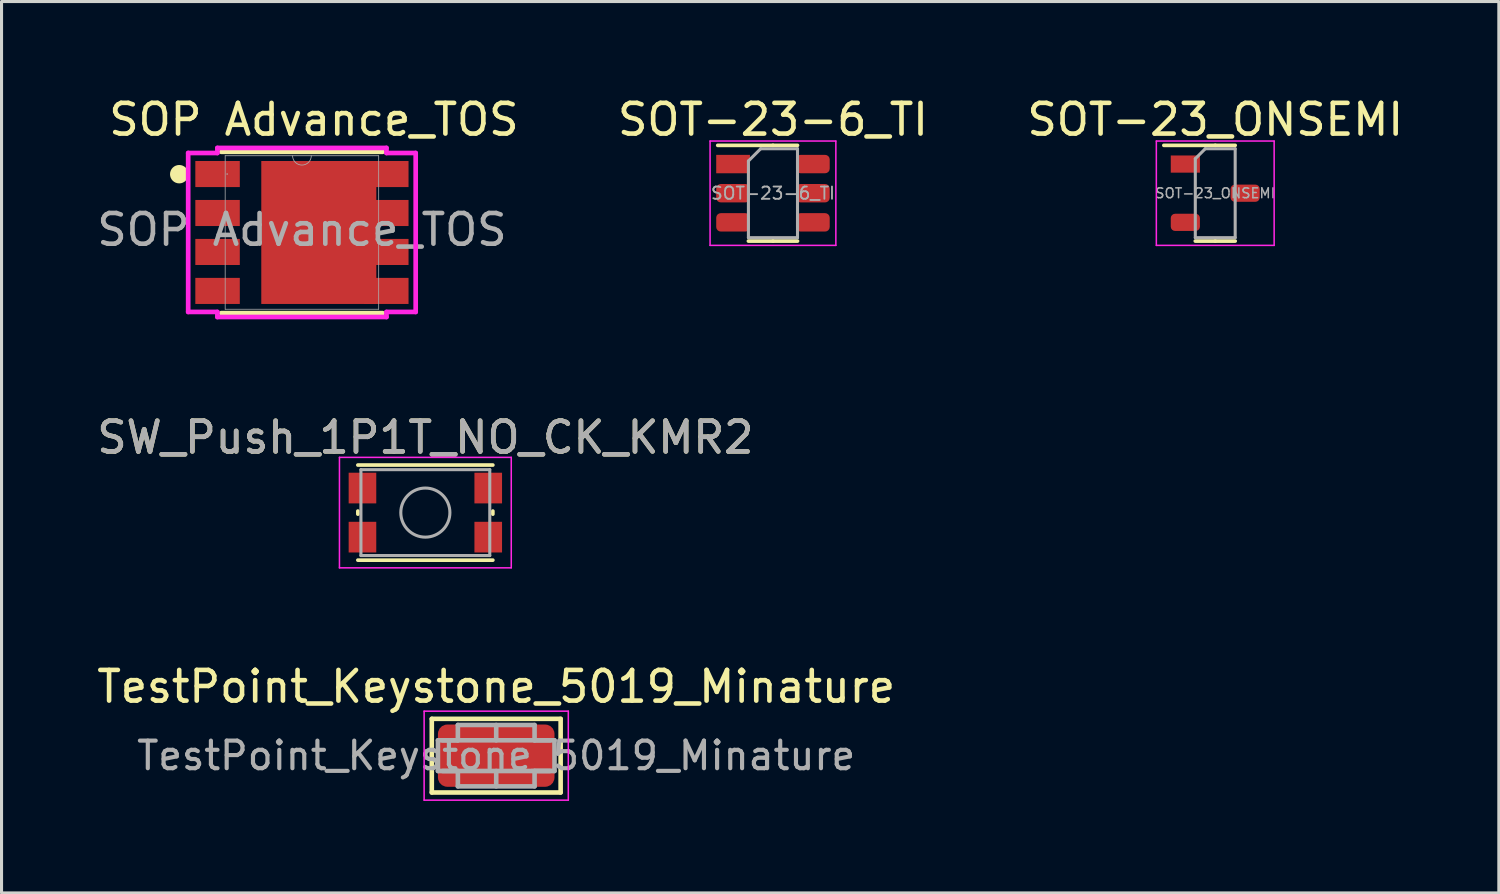
<source format=kicad_pcb>
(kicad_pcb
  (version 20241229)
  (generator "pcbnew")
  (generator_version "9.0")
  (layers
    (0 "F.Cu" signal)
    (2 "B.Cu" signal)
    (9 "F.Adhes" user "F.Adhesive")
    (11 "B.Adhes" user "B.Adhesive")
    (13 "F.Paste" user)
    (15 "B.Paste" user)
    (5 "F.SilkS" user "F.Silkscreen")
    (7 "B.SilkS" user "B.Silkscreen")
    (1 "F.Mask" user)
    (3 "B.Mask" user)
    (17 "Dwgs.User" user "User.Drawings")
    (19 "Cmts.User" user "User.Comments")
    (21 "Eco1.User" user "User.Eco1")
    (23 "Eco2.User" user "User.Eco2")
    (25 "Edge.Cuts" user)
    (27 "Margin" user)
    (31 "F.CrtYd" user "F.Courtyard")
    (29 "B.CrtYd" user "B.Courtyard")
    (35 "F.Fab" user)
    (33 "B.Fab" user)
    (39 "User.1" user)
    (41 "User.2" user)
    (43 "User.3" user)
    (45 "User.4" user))
  (footprint "SOT-23_ONSEMI"
    (layer "F.Cu")
    (at 36.563 3.248)
    (property "Reference" "SOT-23_ONSEMI" (at 0 -2.4 0) (layer "F.SilkS") (effects (font (size 1 1) (thickness 0.15))))
    (attr smd)
    (fp_line (start 0 -1.56) (end -1.675 -1.56) (stroke (width 0.12) (type solid)) (layer "F.SilkS"))
    (fp_line (start 0 -1.56) (end 0.65 -1.56) (stroke (width 0.12) (type solid)) (layer "F.SilkS"))
    (fp_line (start 0 1.56) (end -0.65 1.56) (stroke (width 0.12) (type solid)) (layer "F.SilkS"))
    (fp_line (start 0 1.56) (end 0.65 1.56) (stroke (width 0.12) (type solid)) (layer "F.SilkS"))
    (fp_line (start -1.92 -1.7) (end -1.92 1.7) (stroke (width 0.05) (type solid)) (layer "F.CrtYd"))
    (fp_line (start -1.92 1.7) (end 1.92 1.7) (stroke (width 0.05) (type solid)) (layer "F.CrtYd"))
    (fp_line (start 1.92 -1.7) (end -1.92 -1.7) (stroke (width 0.05) (type solid)) (layer "F.CrtYd"))
    (fp_line (start 1.92 1.7) (end 1.92 -1.7) (stroke (width 0.05) (type solid)) (layer "F.CrtYd"))
    (fp_line (start -0.65 -1.125) (end -0.325 -1.45) (stroke (width 0.1) (type solid)) (layer "F.Fab"))
    (fp_line (start -0.65 1.45) (end -0.65 -1.125) (stroke (width 0.1) (type solid)) (layer "F.Fab"))
    (fp_line (start -0.325 -1.45) (end 0.65 -1.45) (stroke (width 0.1) (type solid)) (layer "F.Fab"))
    (fp_line (start 0.65 -1.45) (end 0.65 1.45) (stroke (width 0.1) (type solid)) (layer "F.Fab"))
    (fp_line (start 0.65 1.45) (end -0.65 1.45) (stroke (width 0.1) (type solid)) (layer "F.Fab"))
    (fp_text user "${REFERENCE}" (at 0 0 0) (layer "F.Fab") (effects (font (size 0.32 0.32) (thickness 0.05))))
    (pad "1" smd rect (at -0.975 -0.95) (size 0.95 0.56) (layers "F.Cu" "F.Mask" "F.Paste"))
    (pad "2" smd roundrect (at -0.975 0.95) (size 0.95 0.56) (layers "F.Cu" "F.Mask" "F.Paste") (roundrect_rratio 0.25))
    (pad "3" smd roundrect (at 0.975 0) (size 0.95 0.56) (layers "F.Cu" "F.Mask" "F.Paste") (roundrect_rratio 0.25)))
  (footprint "SOP Advance_TOS"
    (layer "F.Cu")
    (at 6.792 4.528)
    (property "Reference" "SOP Advance_TOS" (at 0.39 -3.68 0) (unlocked yes) (layer "F.SilkS") (effects (font (size 1 1) (thickness 0.15))))
    (attr smd)
    (fp_line (start -2.629 2.629) (end 2.629 2.629) (stroke (width 0.152) (type solid)) (layer "F.SilkS"))
    (fp_line (start 2.629 -2.629) (end -2.629 -2.629) (stroke (width 0.152) (type solid)) (layer "F.SilkS"))
    (fp_circle (center -4 -1.9) (end -3.85 -1.9) (stroke (width 0.3) (type solid)) (fill no) (layer "F.SilkS"))
    (fp_line (start -3.708 -2.591) (end -2.756 -2.591) (stroke (width 0.152) (type solid)) (layer "F.CrtYd"))
    (fp_line (start -3.708 2.591) (end -3.708 -2.591) (stroke (width 0.152) (type solid)) (layer "F.CrtYd"))
    (fp_line (start -3.708 2.591) (end -2.756 2.591) (stroke (width 0.152) (type solid)) (layer "F.CrtYd"))
    (fp_line (start -2.756 -2.756) (end 2.756 -2.756) (stroke (width 0.152) (type solid)) (layer "F.CrtYd"))
    (fp_line (start -2.756 -2.591) (end -2.756 -2.756) (stroke (width 0.152) (type solid)) (layer "F.CrtYd"))
    (fp_line (start -2.756 2.756) (end -2.756 2.591) (stroke (width 0.152) (type solid)) (layer "F.CrtYd"))
    (fp_line (start 2.756 -2.756) (end 2.756 -2.591) (stroke (width 0.152) (type solid)) (layer "F.CrtYd"))
    (fp_line (start 2.756 2.591) (end 2.756 2.756) (stroke (width 0.152) (type solid)) (layer "F.CrtYd"))
    (fp_line (start 2.756 2.756) (end -2.756 2.756) (stroke (width 0.152) (type solid)) (layer "F.CrtYd"))
    (fp_line (start 3.708 -2.591) (end 2.756 -2.591) (stroke (width 0.152) (type solid)) (layer "F.CrtYd"))
    (fp_line (start 3.708 -2.591) (end 3.708 2.591) (stroke (width 0.152) (type solid)) (layer "F.CrtYd"))
    (fp_line (start 3.708 2.591) (end 2.756 2.591) (stroke (width 0.152) (type solid)) (layer "F.CrtYd"))
    (fp_line (start -2.502 -2.502) (end -2.502 2.502) (stroke (width 0.025) (type solid)) (layer "F.Fab"))
    (fp_line (start -2.502 2.502) (end 2.502 2.502) (stroke (width 0.025) (type solid)) (layer "F.Fab"))
    (fp_line (start 2.502 -2.502) (end -2.502 -2.502) (stroke (width 0.025) (type solid)) (layer "F.Fab"))
    (fp_line (start 2.502 2.502) (end 2.502 -2.502) (stroke (width 0.025) (type solid)) (layer "F.Fab"))
    (fp_arc (start 0.3048 -2.5019) (mid 0 -2.1971) (end -0.3048 -2.5019) (stroke (width 0.0254) (type solid)) (layer "F.Fab"))
    (fp_circle (center -2.438 -1.905) (end -2.438 -1.905) (stroke (width 0.025) (type solid)) (fill no) (layer "F.Fab"))
    (fp_text user "${REFERENCE}" (at 0 -0.09 0) (unlocked yes) (layer "F.Fab") (effects (font (size 1 1) (thickness 0.15))))
    (pad "D" smd rect (at 0.55 0) (size 3.75 4.66) (layers "F.Cu" "F.Mask" "F.Paste"))
    (pad "D" smd rect (at 2.75 -1.905) (size 1.45 0.85) (layers "F.Cu" "F.Mask" "F.Paste"))
    (pad "D" smd rect (at 2.75 -0.635) (size 1.45 0.85) (layers "F.Cu" "F.Mask" "F.Paste"))
    (pad "D" smd rect (at 2.75 0.635) (size 1.45 0.85) (layers "F.Cu" "F.Mask" "F.Paste"))
    (pad "D" smd rect (at 2.75 1.905) (size 1.45 0.85) (layers "F.Cu" "F.Mask" "F.Paste"))
    (pad "G" smd rect (at -2.75 1.905) (size 1.45 0.85) (layers "F.Cu" "F.Mask" "F.Paste"))
    (pad "S" smd rect (at -2.75 -1.905) (size 1.45 0.85) (layers "F.Cu" "F.Mask" "F.Paste"))
    (pad "S" smd rect (at -2.75 -0.635) (size 1.45 0.85) (layers "F.Cu" "F.Mask" "F.Paste"))
    (pad "S" smd rect (at -2.75 0.635) (size 1.45 0.85) (layers "F.Cu" "F.Mask" "F.Paste")))
  (footprint "TestPoint_Keystone_5019_Minature"
    (layer "F.Cu")
    (at 13.125 21.582)
    (property "Reference" "TestPoint_Keystone_5019_Minature" (at 0 -2.25 0) (layer "F.SilkS") (effects (font (size 1 1) (thickness 0.15))))
    (attr smd)
    (fp_line (start -2.1 -1.2) (end 2.1 -1.2) (stroke (width 0.15) (type solid)) (layer "F.SilkS"))
    (fp_line (start -2.1 1.2) (end -2.1 -1.2) (stroke (width 0.15) (type solid)) (layer "F.SilkS"))
    (fp_line (start 2.1 -1.2) (end 2.1 1.2) (stroke (width 0.15) (type solid)) (layer "F.SilkS"))
    (fp_line (start 2.1 1.2) (end -2.1 1.2) (stroke (width 0.15) (type solid)) (layer "F.SilkS"))
    (fp_line (start -2.35 -1.45) (end 2.35 -1.45) (stroke (width 0.05) (type solid)) (layer "F.CrtYd"))
    (fp_line (start -2.35 1.45) (end -2.35 -1.45) (stroke (width 0.05) (type solid)) (layer "F.CrtYd"))
    (fp_line (start 2.35 -1.45) (end 2.35 1.45) (stroke (width 0.05) (type solid)) (layer "F.CrtYd"))
    (fp_line (start 2.35 1.45) (end -2.35 1.45) (stroke (width 0.05) (type solid)) (layer "F.CrtYd"))
    (fp_line (start -1.9 -0.5) (end -1.9 0.5) (stroke (width 0.15) (type solid)) (layer "F.Fab"))
    (fp_line (start -1.9 -0.5) (end 1.9 -0.5) (stroke (width 0.15) (type solid)) (layer "F.Fab"))
    (fp_line (start -1.75 0.5) (end -1.25 0.5) (stroke (width 0.15) (type solid)) (layer "F.Fab"))
    (fp_line (start -1.25 -1) (end -1.25 -0.5) (stroke (width 0.15) (type solid)) (layer "F.Fab"))
    (fp_line (start -1.25 -0.5) (end -1.75 -0.5) (stroke (width 0.15) (type solid)) (layer "F.Fab"))
    (fp_line (start -1.25 0.5) (end -1.25 1) (stroke (width 0.15) (type solid)) (layer "F.Fab"))
    (fp_line (start -1.25 1) (end 1.25 1) (stroke (width 0.15) (type solid)) (layer "F.Fab"))
    (fp_line (start 0 -1) (end 0 -0.5) (stroke (width 0.15) (type solid)) (layer "F.Fab"))
    (fp_line (start 0 0.5) (end 0 1) (stroke (width 0.15) (type solid)) (layer "F.Fab"))
    (fp_line (start 1.25 -1) (end -1.25 -1) (stroke (width 0.15) (type solid)) (layer "F.Fab"))
    (fp_line (start 1.25 -0.5) (end 1.25 -1) (stroke (width 0.15) (type solid)) (layer "F.Fab"))
    (fp_line (start 1.25 0.5) (end 1.75 0.5) (stroke (width 0.15) (type solid)) (layer "F.Fab"))
    (fp_line (start 1.25 1) (end 1.25 0.5) (stroke (width 0.15) (type solid)) (layer "F.Fab"))
    (fp_line (start 1.75 -0.5) (end 1.25 -0.5) (stroke (width 0.15) (type solid)) (layer "F.Fab"))
    (fp_line (start 1.9 0.5) (end -1.9 0.5) (stroke (width 0.15) (type solid)) (layer "F.Fab"))
    (fp_line (start 1.9 0.5) (end 1.9 -0.5) (stroke (width 0.15) (type solid)) (layer "F.Fab"))
    (fp_text user "${REFERENCE}" (at 0 0 0) (layer "F.Fab") (effects (font (size 0.9 0.9) (thickness 0.135))))
    (pad "1" smd roundrect (at 0 0) (size 3.8 2.03) (layers "F.Cu" "F.Mask" "F.Paste") (roundrect_rratio 0.15)))
  (footprint "SW_Push_1P1T_NO_CK_KMR2"
    (layer "F.Cu")
    (at 10.815 13.659)
    (property "Reference" "SW_Push_1P1T_NO_CK_KMR2" (at 0 -2.45 0) (layer "F.SilkS") (effects (font (size 1 1) (thickness 0.15))))
    (attr smd)
    (fp_line (start -2.2 0.05) (end -2.2 -0.05) (stroke (width 0.12) (type solid)) (layer "F.SilkS"))
    (fp_line (start -2.2 1.55) (end 2.2 1.55) (stroke (width 0.12) (type solid)) (layer "F.SilkS"))
    (fp_line (start 2.2 -1.55) (end -2.2 -1.55) (stroke (width 0.12) (type solid)) (layer "F.SilkS"))
    (fp_line (start 2.2 0.05) (end 2.2 -0.05) (stroke (width 0.12) (type solid)) (layer "F.SilkS"))
    (fp_line (start -2.8 -1.8) (end 2.8 -1.8) (stroke (width 0.05) (type solid)) (layer "F.CrtYd"))
    (fp_line (start -2.8 1.8) (end -2.8 -1.8) (stroke (width 0.05) (type solid)) (layer "F.CrtYd"))
    (fp_line (start 2.8 -1.8) (end 2.8 1.8) (stroke (width 0.05) (type solid)) (layer "F.CrtYd"))
    (fp_line (start 2.8 1.8) (end -2.8 1.8) (stroke (width 0.05) (type solid)) (layer "F.CrtYd"))
    (fp_line (start -2.1 -1.4) (end 2.1 -1.4) (stroke (width 0.1) (type solid)) (layer "F.Fab"))
    (fp_line (start -2.1 1.4) (end -2.1 -1.4) (stroke (width 0.1) (type solid)) (layer "F.Fab"))
    (fp_line (start 2.1 -1.4) (end 2.1 1.4) (stroke (width 0.1) (type solid)) (layer "F.Fab"))
    (fp_line (start 2.1 1.4) (end -2.1 1.4) (stroke (width 0.1) (type solid)) (layer "F.Fab"))
    (fp_circle (center 0 0) (end 0 0.8) (stroke (width 0.1) (type solid)) (fill no) (layer "F.Fab"))
    (fp_text user "${REFERENCE}" (at 0 -2.45 0) (layer "F.Fab") (effects (font (size 1 1) (thickness 0.15))))
    (pad "1" smd rect (at 2.05 -0.8) (size 0.9 1) (layers "F.Cu" "F.Mask" "F.Paste"))
    (pad "2" smd rect (at 2.05 0.8) (size 0.9 1) (layers "F.Cu" "F.Mask" "F.Paste"))
    (pad "3" smd rect (at -2.05 0.8) (size 0.9 1) (layers "F.Cu" "F.Mask" "F.Paste"))
    (pad "4" smd rect (at -2.05 -0.8) (size 0.9 1) (layers "F.Cu" "F.Mask" "F.Paste")))
  (footprint "SOT-23-6_TI"
    (layer "F.Cu")
    (at 22.146 3.248)
    (property "Reference" "SOT-23-6_TI" (at 0 -2.4 0) (layer "F.SilkS") (effects (font (size 1 1) (thickness 0.15))))
    (attr smd)
    (fp_line (start 0 -1.56) (end -1.8 -1.56) (stroke (width 0.12) (type solid)) (layer "F.SilkS"))
    (fp_line (start 0 -1.56) (end 0.8 -1.56) (stroke (width 0.12) (type solid)) (layer "F.SilkS"))
    (fp_line (start 0 1.56) (end -0.8 1.56) (stroke (width 0.12) (type solid)) (layer "F.SilkS"))
    (fp_line (start 0 1.56) (end 0.8 1.56) (stroke (width 0.12) (type solid)) (layer "F.SilkS"))
    (fp_line (start -2.05 -1.7) (end -2.05 1.7) (stroke (width 0.05) (type solid)) (layer "F.CrtYd"))
    (fp_line (start -2.05 1.7) (end 2.05 1.7) (stroke (width 0.05) (type solid)) (layer "F.CrtYd"))
    (fp_line (start 2.05 -1.7) (end -2.05 -1.7) (stroke (width 0.05) (type solid)) (layer "F.CrtYd"))
    (fp_line (start 2.05 1.7) (end 2.05 -1.7) (stroke (width 0.05) (type solid)) (layer "F.CrtYd"))
    (fp_line (start -0.8 -1.05) (end -0.4 -1.45) (stroke (width 0.1) (type solid)) (layer "F.Fab"))
    (fp_line (start -0.8 1.45) (end -0.8 -1.05) (stroke (width 0.1) (type solid)) (layer "F.Fab"))
    (fp_line (start -0.4 -1.45) (end 0.8 -1.45) (stroke (width 0.1) (type solid)) (layer "F.Fab"))
    (fp_line (start 0.8 -1.45) (end 0.8 1.45) (stroke (width 0.1) (type solid)) (layer "F.Fab"))
    (fp_line (start 0.8 1.45) (end -0.8 1.45) (stroke (width 0.1) (type solid)) (layer "F.Fab"))
    (fp_text user "${REFERENCE}" (at 0 0 0) (layer "F.Fab") (effects (font (size 0.4 0.4) (thickness 0.06))))
    (pad "1" smd rect (at -1.3 -0.95) (size 1.1 0.6) (layers "F.Cu" "F.Mask" "F.Paste"))
    (pad "2" smd roundrect (at -1.3 0) (size 1.1 0.6) (layers "F.Cu" "F.Mask" "F.Paste") (roundrect_rratio 0.25))
    (pad "3" smd roundrect (at -1.3 0.95) (size 1.1 0.6) (layers "F.Cu" "F.Mask" "F.Paste") (roundrect_rratio 0.25))
    (pad "4" smd roundrect (at 1.3 0.95) (size 1.1 0.6) (layers "F.Cu" "F.Mask" "F.Paste") (roundrect_rratio 0.25))
    (pad "5" smd roundrect (at 1.3 0) (size 1.1 0.6) (layers "F.Cu" "F.Mask" "F.Paste") (roundrect_rratio 0.25))
    (pad "6" smd roundrect (at 1.3 -0.95) (size 1.1 0.6) (layers "F.Cu" "F.Mask" "F.Paste") (roundrect_rratio 0.25)))
  (gr_rect
    (start -3 -3)
    (end 45.807 26.057)
    (stroke (width 0.1) (type default))
    (fill no)
    (layer "Edge.Cuts")))
</source>
